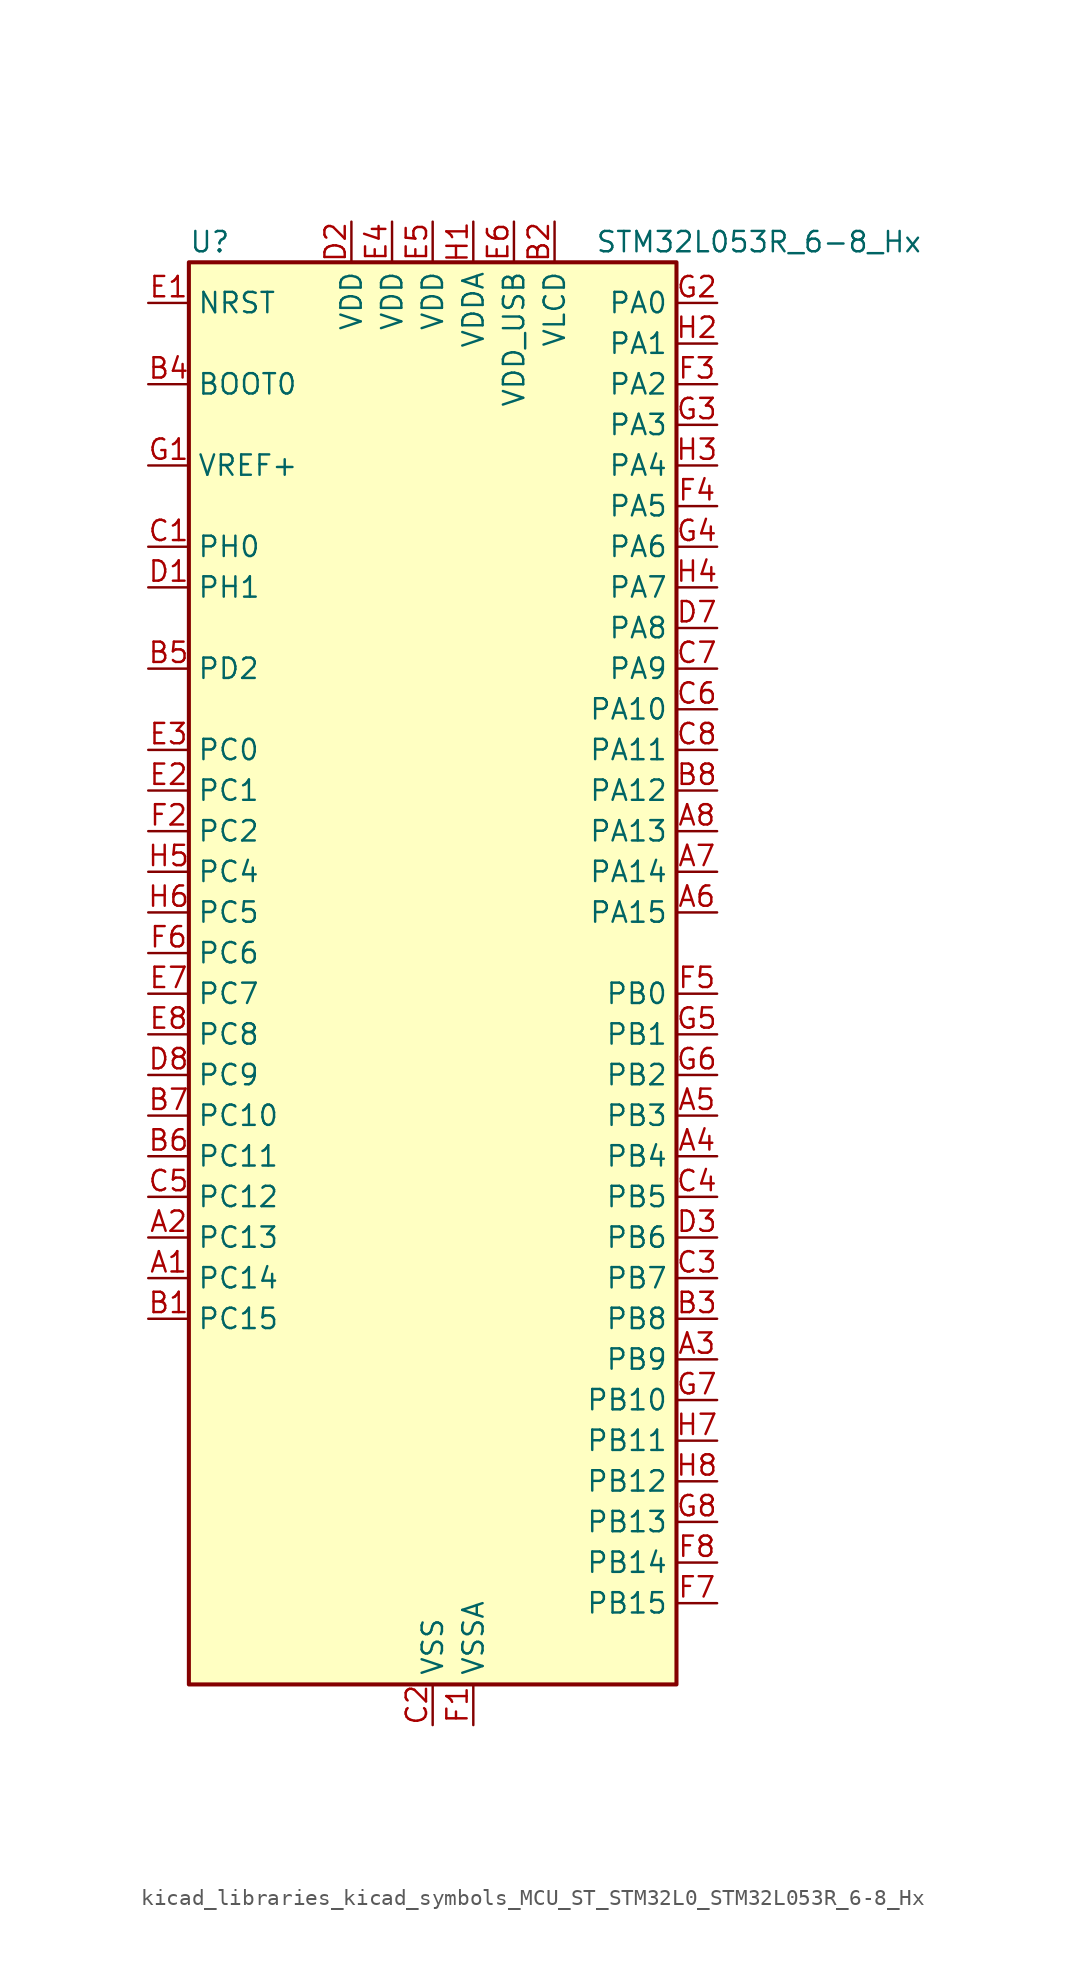
<source format=kicad_sym>
(kicad_symbol_lib
  (version 20220914)
  (generator kicad_symbol_editor)
  (symbol "kicad_libraries_kicad_symbols_MCU_ST_STM32L0_STM32L053R_6-8_Hx"
    (property "Reference" "U"
      (at -15.24 46.99 0)
      (effects (font (size 1.27 1.27)) (justify left)))
    (property "Value" "STM32L053R_6-8_Hx"
      (at 10.16 46.99 0)
      (effects (font (size 1.27 1.27)) (justify left)))
    (property "ki_locked" ""
      (at 0 0 0)
      (effects (font (size 1.27 1.27))))
    (symbol "kicad_libraries_kicad_symbols_MCU_ST_STM32L0_STM32L053R_6-8_Hx_0_1"
      (rectangle (start -15.24 -43.18) (end 15.24 45.72) (stroke (width 0.254) (type default)) (fill (type background))))
    (symbol "kicad_libraries_kicad_symbols_MCU_ST_STM32L0_STM32L053R_6-8_Hx_1_1"
      (pin bidirectional line (at -17.78 -17.78 0) (length 2.54) (name "PC14" (effects (font (size 1.27 1.27)))) (number "A1" (effects (font (size 1.27 1.27)))) (alternate "RCC_OSC32_IN" bidirectional line))
      (pin bidirectional line (at -17.78 -15.24 0) (length 2.54) (name "PC13" (effects (font (size 1.27 1.27)))) (number "A2" (effects (font (size 1.27 1.27)))) (alternate "RTC_OUT_ALARM" bidirectional line) (alternate "RTC_OUT_CALIB" bidirectional line) (alternate "RTC_TAMP1" bidirectional line) (alternate "RTC_TS" bidirectional line) (alternate "SYS_WKUP2" bidirectional line))
      (pin bidirectional line (at 17.78 -22.86 180) (length 2.54) (name "PB9" (effects (font (size 1.27 1.27)))) (number "A3" (effects (font (size 1.27 1.27)))) (alternate "DAC_EXTI9" bidirectional line) (alternate "I2C1_SDA" bidirectional line) (alternate "I2S2_WS" bidirectional line) (alternate "LCD_COM3" bidirectional line) (alternate "SPI2_NSS" bidirectional line))
      (pin bidirectional line (at 17.78 -10.16 180) (length 2.54) (name "PB4" (effects (font (size 1.27 1.27)))) (number "A4" (effects (font (size 1.27 1.27)))) (alternate "COMP2_INP" bidirectional line) (alternate "LCD_SEG8" bidirectional line) (alternate "SPI1_MISO" bidirectional line) (alternate "TIM22_CH1" bidirectional line) (alternate "TSC_G5_IO2" bidirectional line))
      (pin bidirectional line (at 17.78 -7.62 180) (length 2.54) (name "PB3" (effects (font (size 1.27 1.27)))) (number "A5" (effects (font (size 1.27 1.27)))) (alternate "COMP2_INM" bidirectional line) (alternate "LCD_SEG7" bidirectional line) (alternate "SPI1_SCK" bidirectional line) (alternate "TIM2_CH2" bidirectional line) (alternate "TSC_G5_IO1" bidirectional line))
      (pin bidirectional line (at 17.78 5.08 180) (length 2.54) (name "PA15" (effects (font (size 1.27 1.27)))) (number "A6" (effects (font (size 1.27 1.27)))) (alternate "LCD_SEG17" bidirectional line) (alternate "SPI1_NSS" bidirectional line) (alternate "TIM2_CH1" bidirectional line) (alternate "TIM2_ETR" bidirectional line) (alternate "USART2_RX" bidirectional line))
      (pin bidirectional line (at 17.78 7.62 180) (length 2.54) (name "PA14" (effects (font (size 1.27 1.27)))) (number "A7" (effects (font (size 1.27 1.27)))) (alternate "SYS_SWCLK" bidirectional line) (alternate "USART2_TX" bidirectional line))
      (pin bidirectional line (at 17.78 10.16 180) (length 2.54) (name "PA13" (effects (font (size 1.27 1.27)))) (number "A8" (effects (font (size 1.27 1.27)))) (alternate "SYS_SWDIO" bidirectional line) (alternate "USB_NOE" bidirectional line))
      (pin bidirectional line (at -17.78 -20.32 0) (length 2.54) (name "PC15" (effects (font (size 1.27 1.27)))) (number "B1" (effects (font (size 1.27 1.27)))) (alternate "RCC_OSC32_OUT" bidirectional line))
      (pin power_in line (at 7.62 48.26 270) (length 2.54) (name "VLCD" (effects (font (size 1.27 1.27)))) (number "B2" (effects (font (size 1.27 1.27)))))
      (pin bidirectional line (at 17.78 -20.32 180) (length 2.54) (name "PB8" (effects (font (size 1.27 1.27)))) (number "B3" (effects (font (size 1.27 1.27)))) (alternate "I2C1_SCL" bidirectional line) (alternate "LCD_SEG16" bidirectional line) (alternate "TSC_SYNC" bidirectional line))
      (pin input line (at -17.78 38.1 0) (length 2.54) (name "BOOT0" (effects (font (size 1.27 1.27)))) (number "B4" (effects (font (size 1.27 1.27)))))
      (pin bidirectional line (at -17.78 20.32 0) (length 2.54) (name "PD2" (effects (font (size 1.27 1.27)))) (number "B5" (effects (font (size 1.27 1.27)))) (alternate "LCD_COM7" bidirectional line) (alternate "LCD_SEG31" bidirectional line) (alternate "LPUART1_DE" bidirectional line) (alternate "LPUART1_RTS" bidirectional line))
      (pin bidirectional line (at -17.78 -10.16 0) (length 2.54) (name "PC11" (effects (font (size 1.27 1.27)))) (number "B6" (effects (font (size 1.27 1.27)))) (alternate "ADC_EXTI11" bidirectional line) (alternate "LCD_COM5" bidirectional line) (alternate "LCD_SEG29" bidirectional line) (alternate "LPUART1_RX" bidirectional line))
      (pin bidirectional line (at -17.78 -7.62 0) (length 2.54) (name "PC10" (effects (font (size 1.27 1.27)))) (number "B7" (effects (font (size 1.27 1.27)))) (alternate "LCD_COM4" bidirectional line) (alternate "LCD_SEG28" bidirectional line) (alternate "LPUART1_TX" bidirectional line))
      (pin bidirectional line (at 17.78 12.7 180) (length 2.54) (name "PA12" (effects (font (size 1.27 1.27)))) (number "B8" (effects (font (size 1.27 1.27)))) (alternate "COMP2_OUT" bidirectional line) (alternate "SPI1_MOSI" bidirectional line) (alternate "TSC_G4_IO4" bidirectional line) (alternate "USART1_DE" bidirectional line) (alternate "USART1_RTS" bidirectional line) (alternate "USB_DP" bidirectional line))
      (pin bidirectional line (at -17.78 27.94 0) (length 2.54) (name "PH0" (effects (font (size 1.27 1.27)))) (number "C1" (effects (font (size 1.27 1.27)))) (alternate "CRS_SYNC" bidirectional line) (alternate "RCC_OSC_IN" bidirectional line))
      (pin power_in line (at 0 -45.72 90) (length 2.54) (name "VSS" (effects (font (size 1.27 1.27)))) (number "C2" (effects (font (size 1.27 1.27)))))
      (pin bidirectional line (at 17.78 -17.78 180) (length 2.54) (name "PB7" (effects (font (size 1.27 1.27)))) (number "C3" (effects (font (size 1.27 1.27)))) (alternate "COMP2_INP" bidirectional line) (alternate "I2C1_SDA" bidirectional line) (alternate "LPTIM1_IN2" bidirectional line) (alternate "SYS_PVD_IN" bidirectional line) (alternate "TSC_G5_IO4" bidirectional line) (alternate "USART1_RX" bidirectional line))
      (pin bidirectional line (at 17.78 -12.7 180) (length 2.54) (name "PB5" (effects (font (size 1.27 1.27)))) (number "C4" (effects (font (size 1.27 1.27)))) (alternate "COMP2_INP" bidirectional line) (alternate "I2C1_SMBA" bidirectional line) (alternate "LCD_SEG9" bidirectional line) (alternate "LPTIM1_IN1" bidirectional line) (alternate "SPI1_MOSI" bidirectional line) (alternate "TIM22_CH2" bidirectional line))
      (pin bidirectional line (at -17.78 -12.7 0) (length 2.54) (name "PC12" (effects (font (size 1.27 1.27)))) (number "C5" (effects (font (size 1.27 1.27)))) (alternate "LCD_COM6" bidirectional line) (alternate "LCD_SEG30" bidirectional line))
      (pin bidirectional line (at 17.78 17.78 180) (length 2.54) (name "PA10" (effects (font (size 1.27 1.27)))) (number "C6" (effects (font (size 1.27 1.27)))) (alternate "LCD_COM2" bidirectional line) (alternate "TSC_G4_IO2" bidirectional line) (alternate "USART1_RX" bidirectional line))
      (pin bidirectional line (at 17.78 20.32 180) (length 2.54) (name "PA9" (effects (font (size 1.27 1.27)))) (number "C7" (effects (font (size 1.27 1.27)))) (alternate "DAC_EXTI9" bidirectional line) (alternate "LCD_COM1" bidirectional line) (alternate "RCC_MCO" bidirectional line) (alternate "TSC_G4_IO1" bidirectional line) (alternate "USART1_TX" bidirectional line))
      (pin bidirectional line (at 17.78 15.24 180) (length 2.54) (name "PA11" (effects (font (size 1.27 1.27)))) (number "C8" (effects (font (size 1.27 1.27)))) (alternate "ADC_EXTI11" bidirectional line) (alternate "COMP1_OUT" bidirectional line) (alternate "SPI1_MISO" bidirectional line) (alternate "TSC_G4_IO3" bidirectional line) (alternate "USART1_CTS" bidirectional line) (alternate "USB_DM" bidirectional line))
      (pin bidirectional line (at -17.78 25.4 0) (length 2.54) (name "PH1" (effects (font (size 1.27 1.27)))) (number "D1" (effects (font (size 1.27 1.27)))) (alternate "RCC_OSC_OUT" bidirectional line))
      (pin power_in line (at -5.08 48.26 270) (length 2.54) (name "VDD" (effects (font (size 1.27 1.27)))) (number "D2" (effects (font (size 1.27 1.27)))))
      (pin bidirectional line (at 17.78 -15.24 180) (length 2.54) (name "PB6" (effects (font (size 1.27 1.27)))) (number "D3" (effects (font (size 1.27 1.27)))) (alternate "COMP2_INP" bidirectional line) (alternate "I2C1_SCL" bidirectional line) (alternate "LPTIM1_ETR" bidirectional line) (alternate "TSC_G5_IO3" bidirectional line) (alternate "USART1_TX" bidirectional line))
      (pin passive line (at 0 -45.72 90) (length 2.54) hide (name "VSS" (effects (font (size 1.27 1.27)))) (number "D4" (effects (font (size 1.27 1.27)))))
      (pin passive line (at 0 -45.72 90) (length 2.54) hide (name "VSS" (effects (font (size 1.27 1.27)))) (number "D5" (effects (font (size 1.27 1.27)))))
      (pin passive line (at 0 -45.72 90) (length 2.54) hide (name "VSS" (effects (font (size 1.27 1.27)))) (number "D6" (effects (font (size 1.27 1.27)))))
      (pin bidirectional line (at 17.78 22.86 180) (length 2.54) (name "PA8" (effects (font (size 1.27 1.27)))) (number "D7" (effects (font (size 1.27 1.27)))) (alternate "CRS_SYNC" bidirectional line) (alternate "LCD_COM0" bidirectional line) (alternate "RCC_MCO" bidirectional line) (alternate "USART1_CK" bidirectional line))
      (pin bidirectional line (at -17.78 -5.08 0) (length 2.54) (name "PC9" (effects (font (size 1.27 1.27)))) (number "D8" (effects (font (size 1.27 1.27)))) (alternate "DAC_EXTI9" bidirectional line) (alternate "LCD_SEG27" bidirectional line) (alternate "TIM21_ETR" bidirectional line) (alternate "TSC_G8_IO4" bidirectional line) (alternate "USB_NOE" bidirectional line))
      (pin input line (at -17.78 43.18 0) (length 2.54) (name "NRST" (effects (font (size 1.27 1.27)))) (number "E1" (effects (font (size 1.27 1.27)))))
      (pin bidirectional line (at -17.78 12.7 0) (length 2.54) (name "PC1" (effects (font (size 1.27 1.27)))) (number "E2" (effects (font (size 1.27 1.27)))) (alternate "ADC_IN11" bidirectional line) (alternate "LCD_SEG19" bidirectional line) (alternate "LPTIM1_OUT" bidirectional line) (alternate "TSC_G7_IO2" bidirectional line))
      (pin bidirectional line (at -17.78 15.24 0) (length 2.54) (name "PC0" (effects (font (size 1.27 1.27)))) (number "E3" (effects (font (size 1.27 1.27)))) (alternate "ADC_IN10" bidirectional line) (alternate "LCD_SEG18" bidirectional line) (alternate "LPTIM1_IN1" bidirectional line) (alternate "TSC_G7_IO1" bidirectional line))
      (pin power_in line (at -2.54 48.26 270) (length 2.54) (name "VDD" (effects (font (size 1.27 1.27)))) (number "E4" (effects (font (size 1.27 1.27)))))
      (pin power_in line (at 0 48.26 270) (length 2.54) (name "VDD" (effects (font (size 1.27 1.27)))) (number "E5" (effects (font (size 1.27 1.27)))))
      (pin power_in line (at 5.08 48.26 270) (length 2.54) (name "VDD_USB" (effects (font (size 1.27 1.27)))) (number "E6" (effects (font (size 1.27 1.27)))))
      (pin bidirectional line (at -17.78 0 0) (length 2.54) (name "PC7" (effects (font (size 1.27 1.27)))) (number "E7" (effects (font (size 1.27 1.27)))) (alternate "LCD_SEG25" bidirectional line) (alternate "TIM22_CH2" bidirectional line) (alternate "TSC_G8_IO2" bidirectional line))
      (pin bidirectional line (at -17.78 -2.54 0) (length 2.54) (name "PC8" (effects (font (size 1.27 1.27)))) (number "E8" (effects (font (size 1.27 1.27)))) (alternate "LCD_SEG26" bidirectional line) (alternate "TIM22_ETR" bidirectional line) (alternate "TSC_G8_IO3" bidirectional line))
      (pin power_in line (at 2.54 -45.72 90) (length 2.54) (name "VSSA" (effects (font (size 1.27 1.27)))) (number "F1" (effects (font (size 1.27 1.27)))))
      (pin bidirectional line (at -17.78 10.16 0) (length 2.54) (name "PC2" (effects (font (size 1.27 1.27)))) (number "F2" (effects (font (size 1.27 1.27)))) (alternate "ADC_IN12" bidirectional line) (alternate "I2S2_MCK" bidirectional line) (alternate "LCD_SEG20" bidirectional line) (alternate "LPTIM1_IN2" bidirectional line) (alternate "SPI2_MISO" bidirectional line) (alternate "TSC_G7_IO3" bidirectional line))
      (pin bidirectional line (at 17.78 38.1 180) (length 2.54) (name "PA2" (effects (font (size 1.27 1.27)))) (number "F3" (effects (font (size 1.27 1.27)))) (alternate "ADC_IN2" bidirectional line) (alternate "COMP2_INM" bidirectional line) (alternate "COMP2_OUT" bidirectional line) (alternate "LCD_SEG1" bidirectional line) (alternate "TIM21_CH1" bidirectional line) (alternate "TIM2_CH3" bidirectional line) (alternate "TSC_G1_IO3" bidirectional line) (alternate "USART2_TX" bidirectional line))
      (pin bidirectional line (at 17.78 30.48 180) (length 2.54) (name "PA5" (effects (font (size 1.27 1.27)))) (number "F4" (effects (font (size 1.27 1.27)))) (alternate "ADC_IN5" bidirectional line) (alternate "COMP1_INM" bidirectional line) (alternate "COMP2_INM" bidirectional line) (alternate "SPI1_SCK" bidirectional line) (alternate "TIM2_CH1" bidirectional line) (alternate "TIM2_ETR" bidirectional line) (alternate "TSC_G2_IO2" bidirectional line))
      (pin bidirectional line (at 17.78 0 180) (length 2.54) (name "PB0" (effects (font (size 1.27 1.27)))) (number "F5" (effects (font (size 1.27 1.27)))) (alternate "ADC_IN8" bidirectional line) (alternate "LCD_SEG5" bidirectional line) (alternate "LCD_VLCD3" bidirectional line) (alternate "SYS_VREF_OUT_PB0" bidirectional line) (alternate "TSC_G3_IO2" bidirectional line))
      (pin bidirectional line (at -17.78 2.54 0) (length 2.54) (name "PC6" (effects (font (size 1.27 1.27)))) (number "F6" (effects (font (size 1.27 1.27)))) (alternate "LCD_SEG24" bidirectional line) (alternate "TIM22_CH1" bidirectional line) (alternate "TSC_G8_IO1" bidirectional line))
      (pin bidirectional line (at 17.78 -38.1 180) (length 2.54) (name "PB15" (effects (font (size 1.27 1.27)))) (number "F7" (effects (font (size 1.27 1.27)))) (alternate "I2S2_SD" bidirectional line) (alternate "LCD_SEG15" bidirectional line) (alternate "RTC_REFIN" bidirectional line) (alternate "SPI2_MOSI" bidirectional line))
      (pin bidirectional line (at 17.78 -35.56 180) (length 2.54) (name "PB14" (effects (font (size 1.27 1.27)))) (number "F8" (effects (font (size 1.27 1.27)))) (alternate "I2C2_SDA" bidirectional line) (alternate "I2S2_MCK" bidirectional line) (alternate "LCD_SEG14" bidirectional line) (alternate "LPUART1_DE" bidirectional line) (alternate "LPUART1_RTS" bidirectional line) (alternate "RTC_OUT_ALARM" bidirectional line) (alternate "RTC_OUT_CALIB" bidirectional line) (alternate "SPI2_MISO" bidirectional line) (alternate "TIM21_CH2" bidirectional line) (alternate "TSC_G6_IO4" bidirectional line))
      (pin input line (at -17.78 33.02 0) (length 2.54) (name "VREF+" (effects (font (size 1.27 1.27)))) (number "G1" (effects (font (size 1.27 1.27)))))
      (pin bidirectional line (at 17.78 43.18 180) (length 2.54) (name "PA0" (effects (font (size 1.27 1.27)))) (number "G2" (effects (font (size 1.27 1.27)))) (alternate "ADC_IN0" bidirectional line) (alternate "COMP1_INM" bidirectional line) (alternate "COMP1_OUT" bidirectional line) (alternate "RTC_TAMP2" bidirectional line) (alternate "SYS_WKUP1" bidirectional line) (alternate "TIM2_CH1" bidirectional line) (alternate "TIM2_ETR" bidirectional line) (alternate "TSC_G1_IO1" bidirectional line) (alternate "USART2_CTS" bidirectional line))
      (pin bidirectional line (at 17.78 35.56 180) (length 2.54) (name "PA3" (effects (font (size 1.27 1.27)))) (number "G3" (effects (font (size 1.27 1.27)))) (alternate "ADC_IN3" bidirectional line) (alternate "COMP2_INP" bidirectional line) (alternate "LCD_SEG2" bidirectional line) (alternate "TIM21_CH2" bidirectional line) (alternate "TIM2_CH4" bidirectional line) (alternate "TSC_G1_IO4" bidirectional line) (alternate "USART2_RX" bidirectional line))
      (pin bidirectional line (at 17.78 27.94 180) (length 2.54) (name "PA6" (effects (font (size 1.27 1.27)))) (number "G4" (effects (font (size 1.27 1.27)))) (alternate "ADC_IN6" bidirectional line) (alternate "COMP1_OUT" bidirectional line) (alternate "LCD_SEG3" bidirectional line) (alternate "LPUART1_CTS" bidirectional line) (alternate "SPI1_MISO" bidirectional line) (alternate "TIM22_CH1" bidirectional line) (alternate "TSC_G2_IO3" bidirectional line))
      (pin bidirectional line (at 17.78 -2.54 180) (length 2.54) (name "PB1" (effects (font (size 1.27 1.27)))) (number "G5" (effects (font (size 1.27 1.27)))) (alternate "ADC_IN9" bidirectional line) (alternate "LCD_SEG6" bidirectional line) (alternate "LPUART1_DE" bidirectional line) (alternate "LPUART1_RTS" bidirectional line) (alternate "SYS_VREF_OUT_PB1" bidirectional line) (alternate "TSC_G3_IO3" bidirectional line))
      (pin bidirectional line (at 17.78 -5.08 180) (length 2.54) (name "PB2" (effects (font (size 1.27 1.27)))) (number "G6" (effects (font (size 1.27 1.27)))) (alternate "LCD_VLCD1" bidirectional line) (alternate "LPTIM1_OUT" bidirectional line) (alternate "TSC_G3_IO4" bidirectional line))
      (pin bidirectional line (at 17.78 -25.4 180) (length 2.54) (name "PB10" (effects (font (size 1.27 1.27)))) (number "G7" (effects (font (size 1.27 1.27)))) (alternate "I2C2_SCL" bidirectional line) (alternate "LCD_SEG10" bidirectional line) (alternate "LPUART1_TX" bidirectional line) (alternate "SPI2_SCK" bidirectional line) (alternate "TIM2_CH3" bidirectional line) (alternate "TSC_SYNC" bidirectional line))
      (pin bidirectional line (at 17.78 -33.02 180) (length 2.54) (name "PB13" (effects (font (size 1.27 1.27)))) (number "G8" (effects (font (size 1.27 1.27)))) (alternate "I2C2_SCL" bidirectional line) (alternate "I2S2_CK" bidirectional line) (alternate "LCD_SEG13" bidirectional line) (alternate "LPUART1_CTS" bidirectional line) (alternate "SPI2_SCK" bidirectional line) (alternate "TIM21_CH1" bidirectional line) (alternate "TSC_G6_IO3" bidirectional line))
      (pin power_in line (at 2.54 48.26 270) (length 2.54) (name "VDDA" (effects (font (size 1.27 1.27)))) (number "H1" (effects (font (size 1.27 1.27)))))
      (pin bidirectional line (at 17.78 40.64 180) (length 2.54) (name "PA1" (effects (font (size 1.27 1.27)))) (number "H2" (effects (font (size 1.27 1.27)))) (alternate "ADC_IN1" bidirectional line) (alternate "COMP1_INP" bidirectional line) (alternate "LCD_SEG0" bidirectional line) (alternate "TIM21_ETR" bidirectional line) (alternate "TIM2_CH2" bidirectional line) (alternate "TSC_G1_IO2" bidirectional line) (alternate "USART2_DE" bidirectional line) (alternate "USART2_RTS" bidirectional line))
      (pin bidirectional line (at 17.78 33.02 180) (length 2.54) (name "PA4" (effects (font (size 1.27 1.27)))) (number "H3" (effects (font (size 1.27 1.27)))) (alternate "ADC_IN4" bidirectional line) (alternate "COMP1_INM" bidirectional line) (alternate "COMP2_INM" bidirectional line) (alternate "DAC_OUT1" bidirectional line) (alternate "SPI1_NSS" bidirectional line) (alternate "TIM22_ETR" bidirectional line) (alternate "TSC_G2_IO1" bidirectional line) (alternate "USART2_CK" bidirectional line))
      (pin bidirectional line (at 17.78 25.4 180) (length 2.54) (name "PA7" (effects (font (size 1.27 1.27)))) (number "H4" (effects (font (size 1.27 1.27)))) (alternate "ADC_IN7" bidirectional line) (alternate "COMP2_OUT" bidirectional line) (alternate "LCD_SEG4" bidirectional line) (alternate "SPI1_MOSI" bidirectional line) (alternate "TIM22_CH2" bidirectional line) (alternate "TSC_G2_IO4" bidirectional line))
      (pin bidirectional line (at -17.78 7.62 0) (length 2.54) (name "PC4" (effects (font (size 1.27 1.27)))) (number "H5" (effects (font (size 1.27 1.27)))) (alternate "ADC_IN14" bidirectional line) (alternate "LCD_SEG22" bidirectional line) (alternate "LPUART1_TX" bidirectional line))
      (pin bidirectional line (at -17.78 5.08 0) (length 2.54) (name "PC5" (effects (font (size 1.27 1.27)))) (number "H6" (effects (font (size 1.27 1.27)))) (alternate "ADC_IN15" bidirectional line) (alternate "LCD_SEG23" bidirectional line) (alternate "LPUART1_RX" bidirectional line) (alternate "TSC_G3_IO1" bidirectional line))
      (pin bidirectional line (at 17.78 -27.94 180) (length 2.54) (name "PB11" (effects (font (size 1.27 1.27)))) (number "H7" (effects (font (size 1.27 1.27)))) (alternate "ADC_EXTI11" bidirectional line) (alternate "I2C2_SDA" bidirectional line) (alternate "LCD_SEG11" bidirectional line) (alternate "LPUART1_RX" bidirectional line) (alternate "TIM2_CH4" bidirectional line) (alternate "TSC_G6_IO1" bidirectional line))
      (pin bidirectional line (at 17.78 -30.48 180) (length 2.54) (name "PB12" (effects (font (size 1.27 1.27)))) (number "H8" (effects (font (size 1.27 1.27)))) (alternate "I2S2_WS" bidirectional line) (alternate "LCD_SEG12" bidirectional line) (alternate "LCD_VLCD2" bidirectional line) (alternate "LPUART1_DE" bidirectional line) (alternate "LPUART1_RTS" bidirectional line) (alternate "SPI2_NSS" bidirectional line) (alternate "TSC_G6_IO2" bidirectional line)))))
</source>
